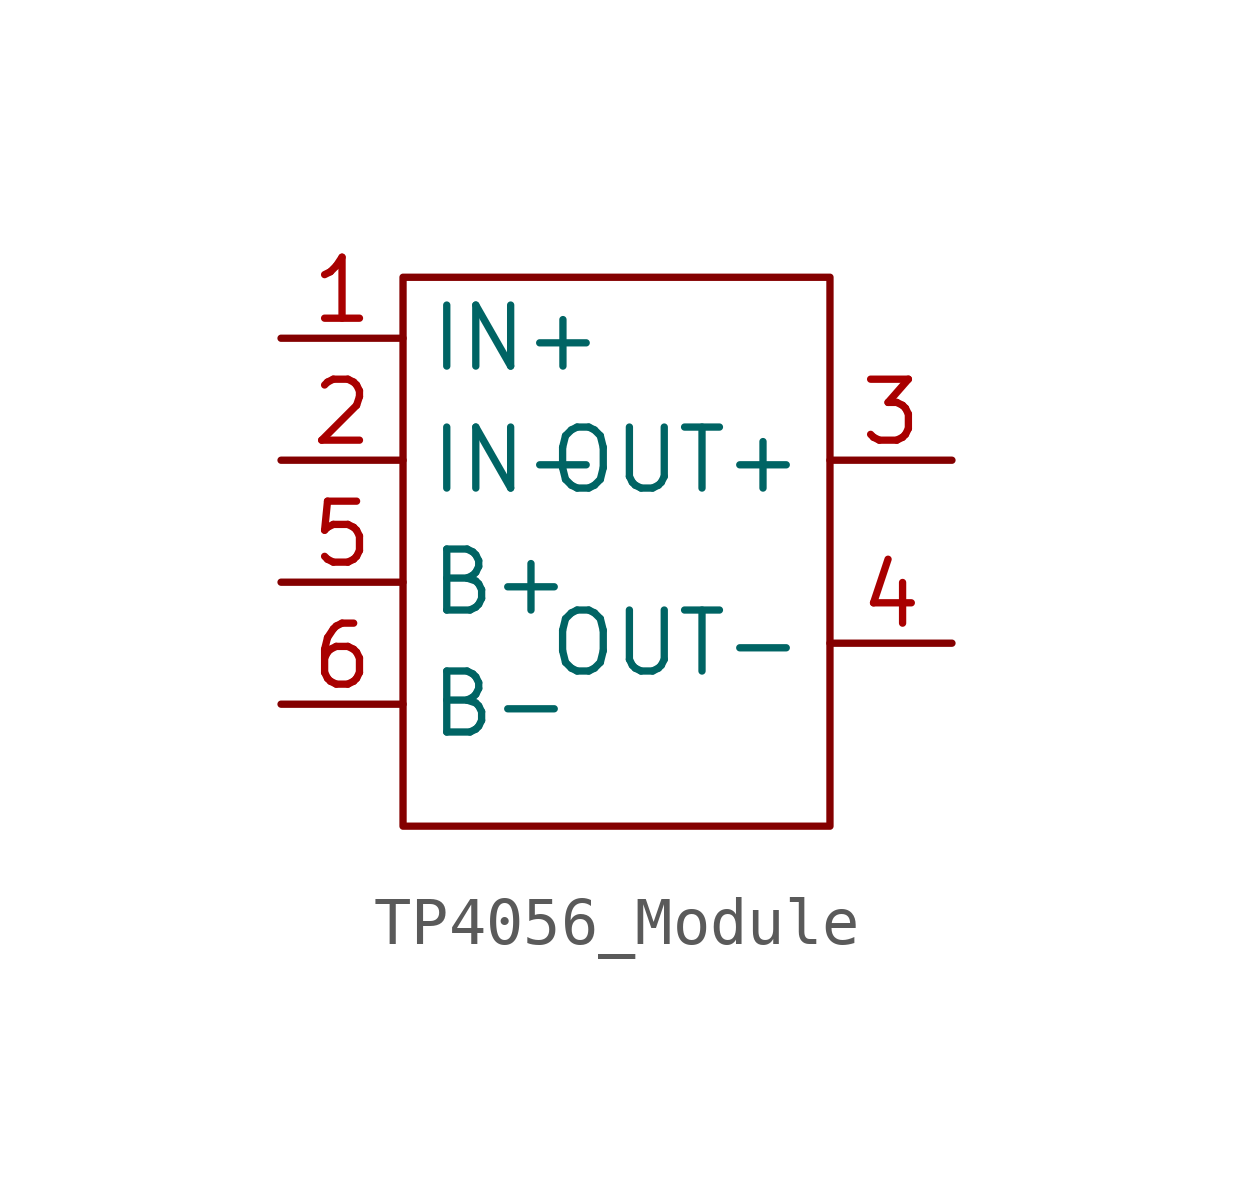
<source format=kicad_sym>
(kicad_symbol_lib
  (version 20241209)
  (generator "kicad_symbol_editor")
  (generator_version "9.0")
  (symbol "TP4056_Module"
    (property "Reference" "U"
      (at 0 0 0)
      (effects (font (size 1.27 1.27)) (hide yes)))
    (property "Value" ""
      (at 0 0 0)
      (effects (font (size 1.27 1.27))))
    (symbol "TP4056_Module_0_1"
      (rectangle (start -1.27 1.27) (end 7.62 -10.16) (stroke (width 0) (type default)) (fill (type none))))
    (symbol "TP4056_Module_1_1"
      (pin input line (at -3.81 0 0) (length 2.54) (name "IN+" (effects (font (size 1.27 1.27)))) (number "1" (effects (font (size 1.27 1.27)))))
      (pin input line (at -3.81 -2.54 0) (length 2.54) (name "IN-" (effects (font (size 1.27 1.27)))) (number "2" (effects (font (size 1.27 1.27)))))
      (pin input line (at -3.81 -5.08 0) (length 2.54) (name "B+" (effects (font (size 1.27 1.27)))) (number "5" (effects (font (size 1.27 1.27)))))
      (pin input line (at -3.81 -7.62 0) (length 2.54) (name "B-" (effects (font (size 1.27 1.27)))) (number "6" (effects (font (size 1.27 1.27)))))
      (pin output line (at 10.16 -2.54 180) (length 2.54) (name "OUT+" (effects (font (size 1.27 1.27)))) (number "3" (effects (font (size 1.27 1.27)))))
      (pin output line (at 10.16 -6.35 180) (length 2.54) (name "OUT-" (effects (font (size 1.27 1.27)))) (number "4" (effects (font (size 1.27 1.27))))))))
</source>
